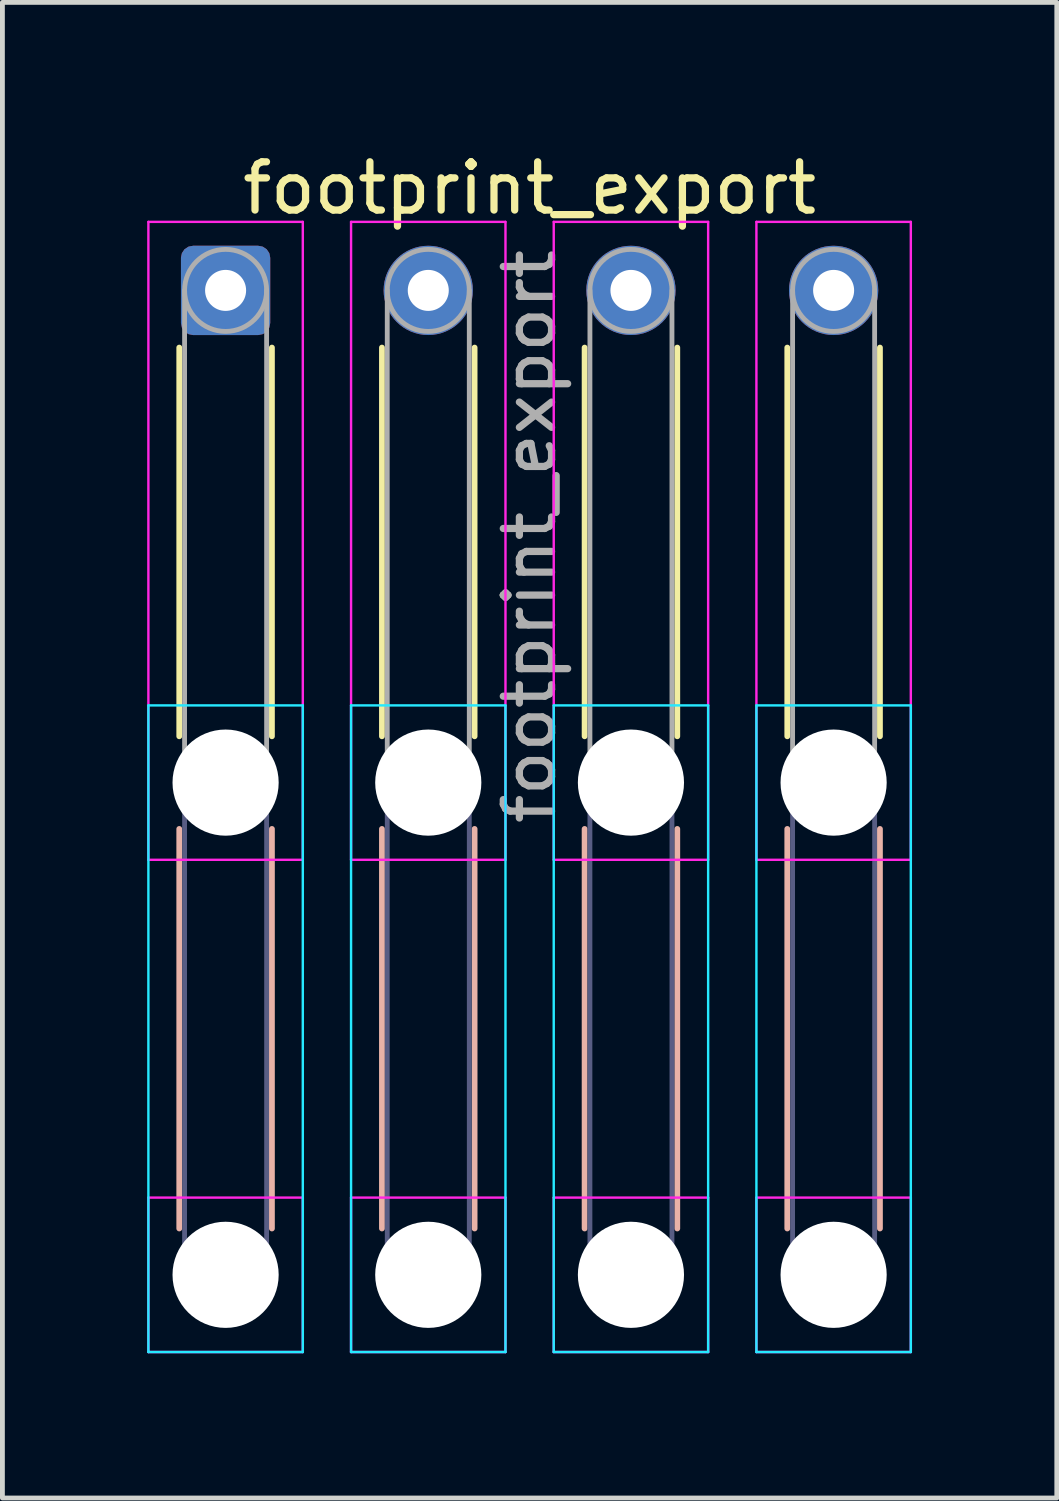
<source format=kicad_pcb>
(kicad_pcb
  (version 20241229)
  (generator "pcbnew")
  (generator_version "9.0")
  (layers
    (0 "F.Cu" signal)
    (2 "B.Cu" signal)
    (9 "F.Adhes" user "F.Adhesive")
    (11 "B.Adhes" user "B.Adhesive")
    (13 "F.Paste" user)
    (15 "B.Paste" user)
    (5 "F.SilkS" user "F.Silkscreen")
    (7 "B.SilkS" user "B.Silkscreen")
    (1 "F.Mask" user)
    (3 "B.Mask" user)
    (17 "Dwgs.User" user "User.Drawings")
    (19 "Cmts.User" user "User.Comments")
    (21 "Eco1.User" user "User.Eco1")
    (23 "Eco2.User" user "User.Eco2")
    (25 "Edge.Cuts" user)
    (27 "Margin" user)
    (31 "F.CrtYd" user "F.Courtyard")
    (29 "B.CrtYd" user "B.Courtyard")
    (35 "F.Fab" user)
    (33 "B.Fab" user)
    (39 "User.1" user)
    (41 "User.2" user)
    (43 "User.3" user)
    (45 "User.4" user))
  (footprint "footprint_export"
    (layer "F.Cu")
    (at 1.625 2.968)
    (property "Reference" "footprint_export" (at 6.3 -2.12 0) (layer "F.SilkS") (effects (font (size 1 1) (thickness 0.15))))
    (attr exclude_from_pos_files exclude_from_bom)
    (fp_line (start -0.96 1.185) (end -0.96 9.24) (stroke (width 0.12) (type solid)) (layer "F.SilkS"))
    (fp_line (start 0.96 1.185) (end 0.96 9.24) (stroke (width 0.12) (type solid)) (layer "F.SilkS"))
    (fp_line (start 3.24 1.185) (end 3.24 9.24) (stroke (width 0.12) (type solid)) (layer "F.SilkS"))
    (fp_line (start 5.16 1.185) (end 5.16 9.24) (stroke (width 0.12) (type solid)) (layer "F.SilkS"))
    (fp_line (start 7.44 1.185) (end 7.44 9.24) (stroke (width 0.12) (type solid)) (layer "F.SilkS"))
    (fp_line (start 9.36 1.185) (end 9.36 9.24) (stroke (width 0.12) (type solid)) (layer "F.SilkS"))
    (fp_line (start 11.64 1.185) (end 11.64 9.24) (stroke (width 0.12) (type solid)) (layer "F.SilkS"))
    (fp_line (start 13.56 1.185) (end 13.56 9.24) (stroke (width 0.12) (type solid)) (layer "F.SilkS"))
    (fp_line (start -0.96 11.16) (end -0.96 19.44) (stroke (width 0.12) (type solid)) (layer "B.SilkS"))
    (fp_line (start 0.96 11.16) (end 0.96 19.44) (stroke (width 0.12) (type solid)) (layer "B.SilkS"))
    (fp_line (start 3.24 11.16) (end 3.24 19.44) (stroke (width 0.12) (type solid)) (layer "B.SilkS"))
    (fp_line (start 5.16 11.16) (end 5.16 19.44) (stroke (width 0.12) (type solid)) (layer "B.SilkS"))
    (fp_line (start 7.44 11.16) (end 7.44 19.44) (stroke (width 0.12) (type solid)) (layer "B.SilkS"))
    (fp_line (start 9.36 11.16) (end 9.36 19.44) (stroke (width 0.12) (type solid)) (layer "B.SilkS"))
    (fp_line (start 11.64 11.16) (end 11.64 19.44) (stroke (width 0.12) (type solid)) (layer "B.SilkS"))
    (fp_line (start 13.56 11.16) (end 13.56 19.44) (stroke (width 0.12) (type solid)) (layer "B.SilkS"))
    (fp_line (start -1.6 8.6) (end -1.6 22) (stroke (width 0.05) (type solid)) (layer "B.CrtYd"))
    (fp_line (start -1.6 22) (end 1.6 22) (stroke (width 0.05) (type solid)) (layer "B.CrtYd"))
    (fp_line (start 1.6 8.6) (end -1.6 8.6) (stroke (width 0.05) (type solid)) (layer "B.CrtYd"))
    (fp_line (start 1.6 22) (end 1.6 8.6) (stroke (width 0.05) (type solid)) (layer "B.CrtYd"))
    (fp_line (start 2.6 8.6) (end 2.6 22) (stroke (width 0.05) (type solid)) (layer "B.CrtYd"))
    (fp_line (start 2.6 22) (end 5.8 22) (stroke (width 0.05) (type solid)) (layer "B.CrtYd"))
    (fp_line (start 5.8 8.6) (end 2.6 8.6) (stroke (width 0.05) (type solid)) (layer "B.CrtYd"))
    (fp_line (start 5.8 22) (end 5.8 8.6) (stroke (width 0.05) (type solid)) (layer "B.CrtYd"))
    (fp_line (start 6.8 8.6) (end 6.8 22) (stroke (width 0.05) (type solid)) (layer "B.CrtYd"))
    (fp_line (start 6.8 22) (end 10 22) (stroke (width 0.05) (type solid)) (layer "B.CrtYd"))
    (fp_line (start 10 8.6) (end 6.8 8.6) (stroke (width 0.05) (type solid)) (layer "B.CrtYd"))
    (fp_line (start 10 22) (end 10 8.6) (stroke (width 0.05) (type solid)) (layer "B.CrtYd"))
    (fp_line (start 11 8.6) (end 11 22) (stroke (width 0.05) (type solid)) (layer "B.CrtYd"))
    (fp_line (start 11 22) (end 14.2 22) (stroke (width 0.05) (type solid)) (layer "B.CrtYd"))
    (fp_line (start 14.2 8.6) (end 11 8.6) (stroke (width 0.05) (type solid)) (layer "B.CrtYd"))
    (fp_line (start 14.2 22) (end 14.2 8.6) (stroke (width 0.05) (type solid)) (layer "B.CrtYd"))
    (fp_line (start -1.6 -1.42) (end -1.6 11.8) (stroke (width 0.05) (type solid)) (layer "F.CrtYd"))
    (fp_line (start -1.6 11.8) (end 1.6 11.8) (stroke (width 0.05) (type solid)) (layer "F.CrtYd"))
    (fp_line (start -1.6 18.8) (end -1.6 22) (stroke (width 0.05) (type solid)) (layer "F.CrtYd"))
    (fp_line (start -1.6 22) (end 1.6 22) (stroke (width 0.05) (type solid)) (layer "F.CrtYd"))
    (fp_line (start 1.6 -1.42) (end -1.6 -1.42) (stroke (width 0.05) (type solid)) (layer "F.CrtYd"))
    (fp_line (start 1.6 11.8) (end 1.6 -1.42) (stroke (width 0.05) (type solid)) (layer "F.CrtYd"))
    (fp_line (start 1.6 18.8) (end -1.6 18.8) (stroke (width 0.05) (type solid)) (layer "F.CrtYd"))
    (fp_line (start 1.6 22) (end 1.6 18.8) (stroke (width 0.05) (type solid)) (layer "F.CrtYd"))
    (fp_line (start 2.6 -1.42) (end 2.6 11.8) (stroke (width 0.05) (type solid)) (layer "F.CrtYd"))
    (fp_line (start 2.6 11.8) (end 5.8 11.8) (stroke (width 0.05) (type solid)) (layer "F.CrtYd"))
    (fp_line (start 2.6 18.8) (end 2.6 22) (stroke (width 0.05) (type solid)) (layer "F.CrtYd"))
    (fp_line (start 2.6 22) (end 5.8 22) (stroke (width 0.05) (type solid)) (layer "F.CrtYd"))
    (fp_line (start 5.8 -1.42) (end 2.6 -1.42) (stroke (width 0.05) (type solid)) (layer "F.CrtYd"))
    (fp_line (start 5.8 11.8) (end 5.8 -1.42) (stroke (width 0.05) (type solid)) (layer "F.CrtYd"))
    (fp_line (start 5.8 18.8) (end 2.6 18.8) (stroke (width 0.05) (type solid)) (layer "F.CrtYd"))
    (fp_line (start 5.8 22) (end 5.8 18.8) (stroke (width 0.05) (type solid)) (layer "F.CrtYd"))
    (fp_line (start 6.8 -1.42) (end 6.8 11.8) (stroke (width 0.05) (type solid)) (layer "F.CrtYd"))
    (fp_line (start 6.8 11.8) (end 10 11.8) (stroke (width 0.05) (type solid)) (layer "F.CrtYd"))
    (fp_line (start 6.8 18.8) (end 6.8 22) (stroke (width 0.05) (type solid)) (layer "F.CrtYd"))
    (fp_line (start 6.8 22) (end 10 22) (stroke (width 0.05) (type solid)) (layer "F.CrtYd"))
    (fp_line (start 10 -1.42) (end 6.8 -1.42) (stroke (width 0.05) (type solid)) (layer "F.CrtYd"))
    (fp_line (start 10 11.8) (end 10 -1.42) (stroke (width 0.05) (type solid)) (layer "F.CrtYd"))
    (fp_line (start 10 18.8) (end 6.8 18.8) (stroke (width 0.05) (type solid)) (layer "F.CrtYd"))
    (fp_line (start 10 22) (end 10 18.8) (stroke (width 0.05) (type solid)) (layer "F.CrtYd"))
    (fp_line (start 11 -1.42) (end 11 11.8) (stroke (width 0.05) (type solid)) (layer "F.CrtYd"))
    (fp_line (start 11 11.8) (end 14.2 11.8) (stroke (width 0.05) (type solid)) (layer "F.CrtYd"))
    (fp_line (start 11 18.8) (end 11 22) (stroke (width 0.05) (type solid)) (layer "F.CrtYd"))
    (fp_line (start 11 22) (end 14.2 22) (stroke (width 0.05) (type solid)) (layer "F.CrtYd"))
    (fp_line (start 14.2 -1.42) (end 11 -1.42) (stroke (width 0.05) (type solid)) (layer "F.CrtYd"))
    (fp_line (start 14.2 11.8) (end 14.2 -1.42) (stroke (width 0.05) (type solid)) (layer "F.CrtYd"))
    (fp_line (start 14.2 18.8) (end 11 18.8) (stroke (width 0.05) (type solid)) (layer "F.CrtYd"))
    (fp_line (start 14.2 22) (end 14.2 18.8) (stroke (width 0.05) (type solid)) (layer "F.CrtYd"))
    (fp_line (start -0.85 10.2) (end -0.85 20.4) (stroke (width 0.1) (type solid)) (layer "B.Fab"))
    (fp_line (start 0.85 10.2) (end 0.85 20.4) (stroke (width 0.1) (type solid)) (layer "B.Fab"))
    (fp_line (start 3.35 10.2) (end 3.35 20.4) (stroke (width 0.1) (type solid)) (layer "B.Fab"))
    (fp_line (start 5.05 10.2) (end 5.05 20.4) (stroke (width 0.1) (type solid)) (layer "B.Fab"))
    (fp_line (start 7.55 10.2) (end 7.55 20.4) (stroke (width 0.1) (type solid)) (layer "B.Fab"))
    (fp_line (start 9.25 10.2) (end 9.25 20.4) (stroke (width 0.1) (type solid)) (layer "B.Fab"))
    (fp_line (start 11.75 10.2) (end 11.75 20.4) (stroke (width 0.1) (type solid)) (layer "B.Fab"))
    (fp_line (start 13.45 10.2) (end 13.45 20.4) (stroke (width 0.1) (type solid)) (layer "B.Fab"))
    (fp_circle (center 0 10.2) (end 0.85 10.2) (stroke (width 0.1) (type solid)) (fill no) (layer "B.Fab"))
    (fp_circle (center 0 20.4) (end 0.85 20.4) (stroke (width 0.1) (type solid)) (fill no) (layer "B.Fab"))
    (fp_circle (center 4.2 10.2) (end 5.05 10.2) (stroke (width 0.1) (type solid)) (fill no) (layer "B.Fab"))
    (fp_circle (center 4.2 20.4) (end 5.05 20.4) (stroke (width 0.1) (type solid)) (fill no) (layer "B.Fab"))
    (fp_circle (center 8.4 10.2) (end 9.25 10.2) (stroke (width 0.1) (type solid)) (fill no) (layer "B.Fab"))
    (fp_circle (center 8.4 20.4) (end 9.25 20.4) (stroke (width 0.1) (type solid)) (fill no) (layer "B.Fab"))
    (fp_circle (center 12.6 10.2) (end 13.45 10.2) (stroke (width 0.1) (type solid)) (fill no) (layer "B.Fab"))
    (fp_circle (center 12.6 20.4) (end 13.45 20.4) (stroke (width 0.1) (type solid)) (fill no) (layer "B.Fab"))
    (fp_line (start -0.85 0) (end -0.85 10.2) (stroke (width 0.1) (type solid)) (layer "F.Fab"))
    (fp_line (start 0.85 0) (end 0.85 10.2) (stroke (width 0.1) (type solid)) (layer "F.Fab"))
    (fp_line (start 3.35 0) (end 3.35 10.2) (stroke (width 0.1) (type solid)) (layer "F.Fab"))
    (fp_line (start 5.05 0) (end 5.05 10.2) (stroke (width 0.1) (type solid)) (layer "F.Fab"))
    (fp_line (start 7.55 0) (end 7.55 10.2) (stroke (width 0.1) (type solid)) (layer "F.Fab"))
    (fp_line (start 9.25 0) (end 9.25 10.2) (stroke (width 0.1) (type solid)) (layer "F.Fab"))
    (fp_line (start 11.75 0) (end 11.75 10.2) (stroke (width 0.1) (type solid)) (layer "F.Fab"))
    (fp_line (start 13.45 0) (end 13.45 10.2) (stroke (width 0.1) (type solid)) (layer "F.Fab"))
    (fp_circle (center 0 0) (end 0.85 0) (stroke (width 0.1) (type solid)) (fill no) (layer "F.Fab"))
    (fp_circle (center 0 10.2) (end 0.85 10.2) (stroke (width 0.1) (type solid)) (fill no) (layer "F.Fab"))
    (fp_circle (center 0 20.4) (end 0.85 20.4) (stroke (width 0.1) (type solid)) (fill no) (layer "F.Fab"))
    (fp_circle (center 4.2 0) (end 5.05 0) (stroke (width 0.1) (type solid)) (fill no) (layer "F.Fab"))
    (fp_circle (center 4.2 10.2) (end 5.05 10.2) (stroke (width 0.1) (type solid)) (fill no) (layer "F.Fab"))
    (fp_circle (center 4.2 20.4) (end 5.05 20.4) (stroke (width 0.1) (type solid)) (fill no) (layer "F.Fab"))
    (fp_circle (center 8.4 0) (end 9.25 0) (stroke (width 0.1) (type solid)) (fill no) (layer "F.Fab"))
    (fp_circle (center 8.4 10.2) (end 9.25 10.2) (stroke (width 0.1) (type solid)) (fill no) (layer "F.Fab"))
    (fp_circle (center 8.4 20.4) (end 9.25 20.4) (stroke (width 0.1) (type solid)) (fill no) (layer "F.Fab"))
    (fp_circle (center 12.6 0) (end 13.45 0) (stroke (width 0.1) (type solid)) (fill no) (layer "F.Fab"))
    (fp_circle (center 12.6 10.2) (end 13.45 10.2) (stroke (width 0.1) (type solid)) (fill no) (layer "F.Fab"))
    (fp_circle (center 12.6 20.4) (end 13.45 20.4) (stroke (width 0.1) (type solid)) (fill no) (layer "F.Fab"))
    (fp_text user "${REFERENCE}" (at 6.3 5.1 90) (layer "F.Fab") (effects (font (size 1 1) (thickness 0.15))))
    (pad "" np_thru_hole circle (at 0 10.2) (size 2.2 2.2) (drill 2.2) (layers "*.Cu" "*.Mask"))
    (pad "" np_thru_hole circle (at 0 20.4) (size 2.2 2.2) (drill 2.2) (layers "*.Cu" "*.Mask"))
    (pad "" np_thru_hole circle (at 4.2 10.2) (size 2.2 2.2) (drill 2.2) (layers "*.Cu" "*.Mask"))
    (pad "" np_thru_hole circle (at 4.2 20.4) (size 2.2 2.2) (drill 2.2) (layers "*.Cu" "*.Mask"))
    (pad "" np_thru_hole circle (at 8.4 10.2) (size 2.2 2.2) (drill 2.2) (layers "*.Cu" "*.Mask"))
    (pad "" np_thru_hole circle (at 8.4 20.4) (size 2.2 2.2) (drill 2.2) (layers "*.Cu" "*.Mask"))
    (pad "" np_thru_hole circle (at 12.6 10.2) (size 2.2 2.2) (drill 2.2) (layers "*.Cu" "*.Mask"))
    (pad "" np_thru_hole circle (at 12.6 20.4) (size 2.2 2.2) (drill 2.2) (layers "*.Cu" "*.Mask"))
    (pad "1" thru_hole roundrect (at 0 0) (size 1.85 1.85) (drill 0.85) (layers "*.Cu" "*.Mask") (roundrect_rratio 0.135))
    (pad "2" thru_hole circle (at 4.2 0) (size 1.85 1.85) (drill 0.85) (layers "*.Cu" "*.Mask"))
    (pad "3" thru_hole circle (at 8.4 0) (size 1.85 1.85) (drill 0.85) (layers "*.Cu" "*.Mask"))
    (pad "4" thru_hole circle (at 12.6 0) (size 1.85 1.85) (drill 0.85) (layers "*.Cu" "*.Mask")))
  (gr_rect
    (start -3 -3)
    (end 18.85 27.993)
    (stroke (width 0.1) (type default))
    (fill no)
    (layer "Edge.Cuts")))
</source>
